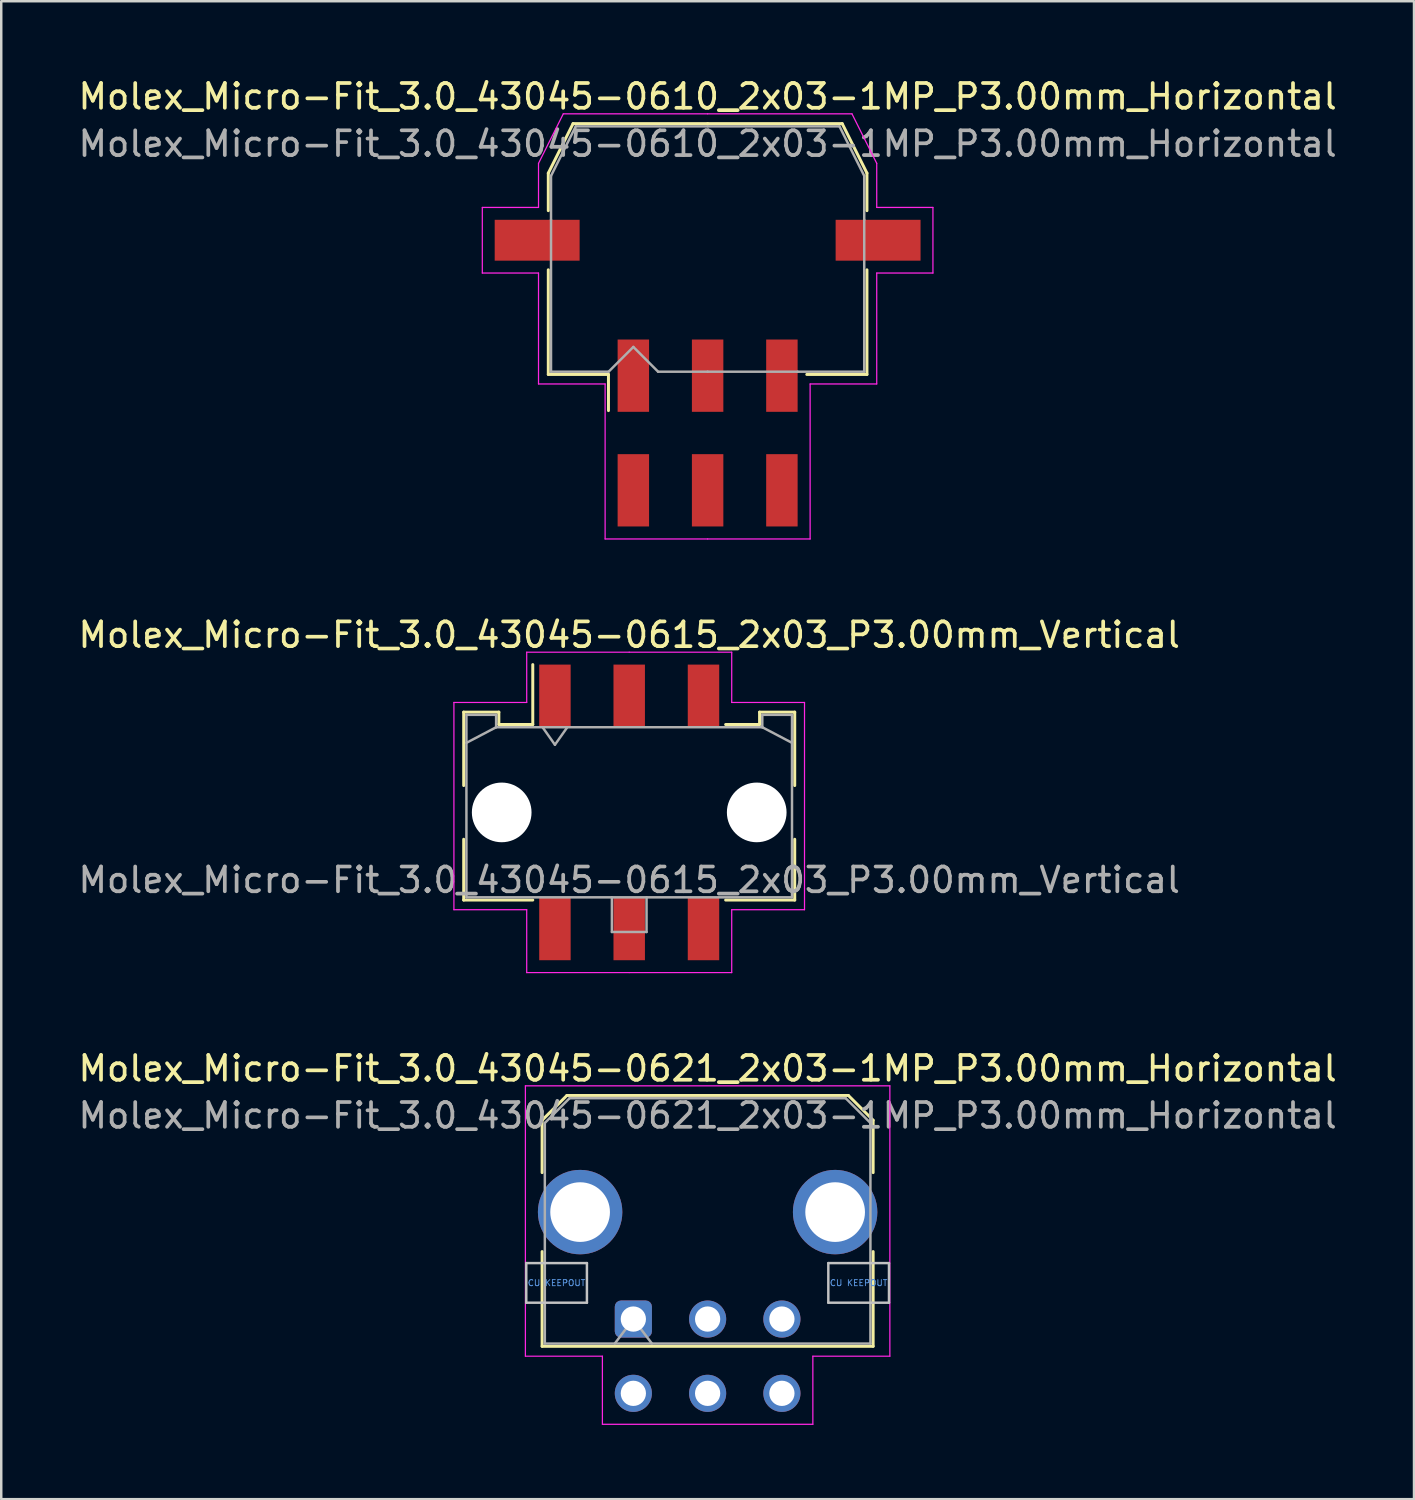
<source format=kicad_pcb>
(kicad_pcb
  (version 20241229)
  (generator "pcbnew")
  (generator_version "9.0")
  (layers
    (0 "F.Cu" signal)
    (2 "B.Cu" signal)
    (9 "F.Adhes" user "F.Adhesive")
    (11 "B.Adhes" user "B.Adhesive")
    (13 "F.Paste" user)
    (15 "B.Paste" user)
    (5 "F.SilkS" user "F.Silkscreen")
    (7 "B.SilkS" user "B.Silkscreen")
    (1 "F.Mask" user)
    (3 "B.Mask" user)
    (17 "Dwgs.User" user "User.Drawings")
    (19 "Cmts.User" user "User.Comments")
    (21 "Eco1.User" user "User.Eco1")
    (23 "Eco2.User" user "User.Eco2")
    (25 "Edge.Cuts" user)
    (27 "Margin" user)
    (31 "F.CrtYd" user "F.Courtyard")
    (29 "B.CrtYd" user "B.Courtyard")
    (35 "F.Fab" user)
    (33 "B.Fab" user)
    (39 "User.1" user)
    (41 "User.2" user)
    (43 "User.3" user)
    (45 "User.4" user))
  (footprint "Molex_Micro-Fit_3.0_43045-0615_2x03_P3.00mm_Vertical"
    (layer "F.Cu")
    (at 22.363 29.762)
    (property "Reference" "Molex_Micro-Fit_3.0_43045-0615_2x03_P3.00mm_Vertical" (at 0 -7.17 0) (layer "F.SilkS") (effects (font (size 1 1) (thickness 0.15))))
    (attr smd)
    (fp_line (start -6.685 -4.05) (end -5.265 -4.05) (stroke (width 0.12) (type solid)) (layer "F.SilkS"))
    (fp_line (start -6.685 -1.085) (end -6.685 -4.05) (stroke (width 0.12) (type solid)) (layer "F.SilkS"))
    (fp_line (start -6.685 1.085) (end -6.685 3.54) (stroke (width 0.12) (type solid)) (layer "F.SilkS"))
    (fp_line (start -6.685 3.54) (end -3.895 3.54) (stroke (width 0.12) (type solid)) (layer "F.SilkS"))
    (fp_line (start -5.265 -4.05) (end -5.265 -3.55) (stroke (width 0.12) (type solid)) (layer "F.SilkS"))
    (fp_line (start -5.265 -3.55) (end -3.895 -3.55) (stroke (width 0.12) (type solid)) (layer "F.SilkS"))
    (fp_line (start -3.895 -3.55) (end -3.895 -5.97) (stroke (width 0.12) (type solid)) (layer "F.SilkS"))
    (fp_line (start 5.265 -4.05) (end 5.265 -3.55) (stroke (width 0.12) (type solid)) (layer "F.SilkS"))
    (fp_line (start 5.265 -3.55) (end 3.895 -3.55) (stroke (width 0.12) (type solid)) (layer "F.SilkS"))
    (fp_line (start 6.685 -4.05) (end 5.265 -4.05) (stroke (width 0.12) (type solid)) (layer "F.SilkS"))
    (fp_line (start 6.685 -1.085) (end 6.685 -4.05) (stroke (width 0.12) (type solid)) (layer "F.SilkS"))
    (fp_line (start 6.685 1.085) (end 6.685 3.54) (stroke (width 0.12) (type solid)) (layer "F.SilkS"))
    (fp_line (start 6.685 3.54) (end 3.895 3.54) (stroke (width 0.12) (type solid)) (layer "F.SilkS"))
    (fp_line (start -7.08 -4.44) (end -7.08 3.93) (stroke (width 0.05) (type solid)) (layer "F.CrtYd"))
    (fp_line (start -7.08 3.93) (end -4.14 3.93) (stroke (width 0.05) (type solid)) (layer "F.CrtYd"))
    (fp_line (start -4.14 -6.47) (end -4.14 -4.44) (stroke (width 0.05) (type solid)) (layer "F.CrtYd"))
    (fp_line (start -4.14 -4.44) (end -7.08 -4.44) (stroke (width 0.05) (type solid)) (layer "F.CrtYd"))
    (fp_line (start -4.14 3.93) (end -4.14 6.47) (stroke (width 0.05) (type solid)) (layer "F.CrtYd"))
    (fp_line (start -4.14 6.47) (end 0 6.47) (stroke (width 0.05) (type solid)) (layer "F.CrtYd"))
    (fp_line (start 0 -6.47) (end -4.14 -6.47) (stroke (width 0.05) (type solid)) (layer "F.CrtYd"))
    (fp_line (start 0 -6.47) (end 4.14 -6.47) (stroke (width 0.05) (type solid)) (layer "F.CrtYd"))
    (fp_line (start 4.14 -6.47) (end 4.14 -4.44) (stroke (width 0.05) (type solid)) (layer "F.CrtYd"))
    (fp_line (start 4.14 -4.44) (end 7.08 -4.44) (stroke (width 0.05) (type solid)) (layer "F.CrtYd"))
    (fp_line (start 4.14 3.93) (end 4.14 6.47) (stroke (width 0.05) (type solid)) (layer "F.CrtYd"))
    (fp_line (start 4.14 6.47) (end 0 6.47) (stroke (width 0.05) (type solid)) (layer "F.CrtYd"))
    (fp_line (start 7.08 -4.44) (end 7.08 3.93) (stroke (width 0.05) (type solid)) (layer "F.CrtYd"))
    (fp_line (start 7.08 3.93) (end 4.14 3.93) (stroke (width 0.05) (type solid)) (layer "F.CrtYd"))
    (fp_line (start -6.575 -3.94) (end -6.575 3.43) (stroke (width 0.1) (type solid)) (layer "F.Fab"))
    (fp_line (start -6.575 -2.81) (end -5.375 -3.44) (stroke (width 0.1) (type solid)) (layer "F.Fab"))
    (fp_line (start -6.575 3.43) (end 6.575 3.43) (stroke (width 0.1) (type solid)) (layer "F.Fab"))
    (fp_line (start -5.375 -3.94) (end -6.575 -3.94) (stroke (width 0.1) (type solid)) (layer "F.Fab"))
    (fp_line (start -5.375 -3.44) (end -5.375 -3.94) (stroke (width 0.1) (type solid)) (layer "F.Fab"))
    (fp_line (start -3.5 -3.44) (end -3 -2.733) (stroke (width 0.1) (type solid)) (layer "F.Fab"))
    (fp_line (start -3 -2.733) (end -2.5 -3.44) (stroke (width 0.1) (type solid)) (layer "F.Fab"))
    (fp_line (start -0.7 3.43) (end -0.7 4.83) (stroke (width 0.1) (type solid)) (layer "F.Fab"))
    (fp_line (start -0.7 4.83) (end 0.7 4.83) (stroke (width 0.1) (type solid)) (layer "F.Fab"))
    (fp_line (start 0.7 4.83) (end 0.7 3.43) (stroke (width 0.1) (type solid)) (layer "F.Fab"))
    (fp_line (start 5.375 -3.94) (end 5.375 -3.44) (stroke (width 0.1) (type solid)) (layer "F.Fab"))
    (fp_line (start 5.375 -3.44) (end -5.375 -3.44) (stroke (width 0.1) (type solid)) (layer "F.Fab"))
    (fp_line (start 6.575 -3.94) (end 5.375 -3.94) (stroke (width 0.1) (type solid)) (layer "F.Fab"))
    (fp_line (start 6.575 -2.81) (end 5.375 -3.44) (stroke (width 0.1) (type solid)) (layer "F.Fab"))
    (fp_line (start 6.575 3.43) (end 6.575 -3.94) (stroke (width 0.1) (type solid)) (layer "F.Fab"))
    (fp_text user "${REFERENCE}" (at 0 2.73 0) (layer "F.Fab") (effects (font (size 1 1) (thickness 0.15))))
    (pad "" np_thru_hole circle (at -5.15 0) (size 2.41 2.41) (drill 2.41) (layers "*.Cu" "*.Mask"))
    (pad "" np_thru_hole circle (at 5.15 0) (size 2.41 2.41) (drill 2.41) (layers "*.Cu" "*.Mask"))
    (pad "1" smd rect (at -3 -4.7) (size 1.27 2.54) (layers "F.Cu" "F.Mask" "F.Paste"))
    (pad "2" smd rect (at 0 -4.7) (size 1.27 2.54) (layers "F.Cu" "F.Mask" "F.Paste"))
    (pad "3" smd rect (at 3 -4.7) (size 1.27 2.54) (layers "F.Cu" "F.Mask" "F.Paste"))
    (pad "4" smd rect (at -3 4.7) (size 1.27 2.54) (layers "F.Cu" "F.Mask" "F.Paste"))
    (pad "5" smd rect (at 0 4.7) (size 1.27 2.54) (layers "F.Cu" "F.Mask" "F.Paste"))
    (pad "6" smd rect (at 3 4.7) (size 1.27 2.54) (layers "F.Cu" "F.Mask" "F.Paste")))
  (footprint "Molex_Micro-Fit_3.0_43045-0621_2x03-1MP_P3.00mm_Horizontal"
    (layer "F.Cu")
    (at 22.53 50.225)
    (property "Reference" "Molex_Micro-Fit_3.0_43045-0621_2x03-1MP_P3.00mm_Horizontal" (at 3 -10.12 0) (layer "F.SilkS") (effects (font (size 1 1) (thickness 0.15))))
    (attr through_hole)
    (fp_line (start -3.685 -8.03) (end -2.685 -9.03) (stroke (width 0.12) (type solid)) (layer "F.SilkS"))
    (fp_line (start -3.685 -5.915) (end -3.685 -8.03) (stroke (width 0.12) (type solid)) (layer "F.SilkS"))
    (fp_line (start -3.685 -2.725) (end -3.685 1.1) (stroke (width 0.12) (type solid)) (layer "F.SilkS"))
    (fp_line (start -3.685 1.1) (end 9.685 1.1) (stroke (width 0.12) (type solid)) (layer "F.SilkS"))
    (fp_line (start -2.685 -9.03) (end 8.685 -9.03) (stroke (width 0.12) (type solid)) (layer "F.SilkS"))
    (fp_line (start 8.685 -9.03) (end 9.685 -8.03) (stroke (width 0.12) (type solid)) (layer "F.SilkS"))
    (fp_line (start 9.685 -8.03) (end 9.685 -5.915) (stroke (width 0.12) (type solid)) (layer "F.SilkS"))
    (fp_line (start 9.685 1.1) (end 9.685 -2.725) (stroke (width 0.12) (type solid)) (layer "F.SilkS"))
    (fp_line (start -4.325 -2.26) (end -4.325 -0.66) (stroke (width 0.1) (type solid)) (layer "Dwgs.User"))
    (fp_line (start -4.325 -0.66) (end -1.875 -0.66) (stroke (width 0.1) (type solid)) (layer "Dwgs.User"))
    (fp_line (start -1.875 -2.26) (end -4.325 -2.26) (stroke (width 0.1) (type solid)) (layer "Dwgs.User"))
    (fp_line (start -1.875 -0.66) (end -1.875 -2.26) (stroke (width 0.1) (type solid)) (layer "Dwgs.User"))
    (fp_line (start 7.875 -2.26) (end 7.875 -0.66) (stroke (width 0.1) (type solid)) (layer "Dwgs.User"))
    (fp_line (start 7.875 -0.66) (end 10.325 -0.66) (stroke (width 0.1) (type solid)) (layer "Dwgs.User"))
    (fp_line (start 10.325 -2.26) (end 7.875 -2.26) (stroke (width 0.1) (type solid)) (layer "Dwgs.User"))
    (fp_line (start 10.325 -0.66) (end 10.325 -2.26) (stroke (width 0.1) (type solid)) (layer "Dwgs.User"))
    (fp_line (start -4.36 -9.42) (end 10.36 -9.42) (stroke (width 0.05) (type solid)) (layer "F.CrtYd"))
    (fp_line (start -4.36 1.5) (end -4.36 -9.42) (stroke (width 0.05) (type solid)) (layer "F.CrtYd"))
    (fp_line (start -1.25 1.5) (end -4.36 1.5) (stroke (width 0.05) (type solid)) (layer "F.CrtYd"))
    (fp_line (start -1.25 4.25) (end -1.25 1.5) (stroke (width 0.05) (type solid)) (layer "F.CrtYd"))
    (fp_line (start 7.25 1.5) (end 7.25 4.25) (stroke (width 0.05) (type solid)) (layer "F.CrtYd"))
    (fp_line (start 7.25 4.25) (end -1.25 4.25) (stroke (width 0.05) (type solid)) (layer "F.CrtYd"))
    (fp_line (start 10.36 -9.42) (end 10.36 1.5) (stroke (width 0.05) (type solid)) (layer "F.CrtYd"))
    (fp_line (start 10.36 1.5) (end 7.25 1.5) (stroke (width 0.05) (type solid)) (layer "F.CrtYd"))
    (fp_line (start -3.575 -7.92) (end -2.575 -8.92) (stroke (width 0.1) (type solid)) (layer "F.Fab"))
    (fp_line (start -3.575 0.99) (end -3.575 -7.92) (stroke (width 0.1) (type solid)) (layer "F.Fab"))
    (fp_line (start -2.575 -8.92) (end 8.575 -8.92) (stroke (width 0.1) (type solid)) (layer "F.Fab"))
    (fp_line (start -0.75 0.99) (end 0 0) (stroke (width 0.1) (type solid)) (layer "F.Fab"))
    (fp_line (start 0 0) (end 0.75 0.99) (stroke (width 0.1) (type solid)) (layer "F.Fab"))
    (fp_line (start 8.575 -8.92) (end 9.575 -7.92) (stroke (width 0.1) (type solid)) (layer "F.Fab"))
    (fp_line (start 9.575 -7.92) (end 9.575 0.99) (stroke (width 0.1) (type solid)) (layer "F.Fab"))
    (fp_line (start 9.575 0.99) (end -3.575 0.99) (stroke (width 0.1) (type solid)) (layer "F.Fab"))
    (fp_text user "CU KEEPOUT" (at -3.1 -1.46 0) (layer "Cmts.User") (effects (font (size 0.245 0.245) (thickness 0.037))))
    (fp_text user "CU KEEPOUT" (at 9.1 -1.46 0) (layer "Cmts.User") (effects (font (size 0.245 0.245) (thickness 0.037))))
    (fp_text user "${REFERENCE}" (at 3 -8.22 0) (layer "F.Fab") (effects (font (size 1 1) (thickness 0.15))))
    (pad "1" thru_hole roundrect (at 0 0) (size 1.5 1.5) (drill 1.02) (layers "*.Cu" "*.Mask") (roundrect_rratio 0.167))
    (pad "2" thru_hole circle (at 3 0) (size 1.5 1.5) (drill 1.02) (layers "*.Cu" "*.Mask"))
    (pad "3" thru_hole circle (at 6 0) (size 1.5 1.5) (drill 1.02) (layers "*.Cu" "*.Mask"))
    (pad "4" thru_hole circle (at 0 3) (size 1.5 1.5) (drill 1.02) (layers "*.Cu" "*.Mask"))
    (pad "5" thru_hole circle (at 3 3) (size 1.5 1.5) (drill 1.02) (layers "*.Cu" "*.Mask"))
    (pad "6" thru_hole circle (at 6 3) (size 1.5 1.5) (drill 1.02) (layers "*.Cu" "*.Mask"))
    (pad "MP" thru_hole circle (at -2.15 -4.32) (size 3.41 3.41) (drill 2.41) (layers "*.Cu" "*.Mask"))
    (pad "MP" thru_hole circle (at 8.15 -4.32) (size 3.41 3.41) (drill 2.41) (layers "*.Cu" "*.Mask")))
  (footprint "Molex_Micro-Fit_3.0_43045-0610_2x03-1MP_P3.00mm_Horizontal"
    (layer "F.Cu")
    (at 25.53 14.438)
    (property "Reference" "Molex_Micro-Fit_3.0_43045-0610_2x03-1MP_P3.00mm_Horizontal" (at 0 -13.59 0) (layer "F.SilkS") (effects (font (size 1 1) (thickness 0.15))))
    (attr smd)
    (fp_line (start -6.435 -10.495) (end -6.435 -8.98) (stroke (width 0.12) (type solid)) (layer "F.SilkS"))
    (fp_line (start -6.435 -6.59) (end -6.435 -2.365) (stroke (width 0.12) (type solid)) (layer "F.SilkS"))
    (fp_line (start -6.435 -2.365) (end -4.005 -2.365) (stroke (width 0.12) (type solid)) (layer "F.SilkS"))
    (fp_line (start -5.435 -12.495) (end -6.435 -10.495) (stroke (width 0.12) (type solid)) (layer "F.SilkS"))
    (fp_line (start -4.005 -2.365) (end -4.005 -0.905) (stroke (width 0.12) (type solid)) (layer "F.SilkS"))
    (fp_line (start 0 -12.495) (end -5.435 -12.495) (stroke (width 0.12) (type solid)) (layer "F.SilkS"))
    (fp_line (start 0 -12.495) (end 5.435 -12.495) (stroke (width 0.12) (type solid)) (layer "F.SilkS"))
    (fp_line (start 5.435 -12.495) (end 6.435 -10.495) (stroke (width 0.12) (type solid)) (layer "F.SilkS"))
    (fp_line (start 6.435 -10.495) (end 6.435 -8.98) (stroke (width 0.12) (type solid)) (layer "F.SilkS"))
    (fp_line (start 6.435 -6.59) (end 6.435 -2.365) (stroke (width 0.12) (type solid)) (layer "F.SilkS"))
    (fp_line (start 6.435 -2.365) (end 4.005 -2.365) (stroke (width 0.12) (type solid)) (layer "F.SilkS"))
    (fp_line (start -9.1 -9.11) (end -9.1 -6.46) (stroke (width 0.05) (type solid)) (layer "F.CrtYd"))
    (fp_line (start -9.1 -6.46) (end -6.83 -6.46) (stroke (width 0.05) (type solid)) (layer "F.CrtYd"))
    (fp_line (start -6.83 -10.89) (end -6.83 -9.11) (stroke (width 0.05) (type solid)) (layer "F.CrtYd"))
    (fp_line (start -6.83 -9.11) (end -9.1 -9.11) (stroke (width 0.05) (type solid)) (layer "F.CrtYd"))
    (fp_line (start -6.83 -6.46) (end -6.83 -1.98) (stroke (width 0.05) (type solid)) (layer "F.CrtYd"))
    (fp_line (start -6.83 -1.98) (end -4.14 -1.98) (stroke (width 0.05) (type solid)) (layer "F.CrtYd"))
    (fp_line (start -5.83 -12.89) (end -6.83 -10.89) (stroke (width 0.05) (type solid)) (layer "F.CrtYd"))
    (fp_line (start -4.14 -1.98) (end -4.14 4.28) (stroke (width 0.05) (type solid)) (layer "F.CrtYd"))
    (fp_line (start -4.14 4.28) (end 0 4.28) (stroke (width 0.05) (type solid)) (layer "F.CrtYd"))
    (fp_line (start 0 -12.89) (end -5.83 -12.89) (stroke (width 0.05) (type solid)) (layer "F.CrtYd"))
    (fp_line (start 0 -12.89) (end 5.83 -12.89) (stroke (width 0.05) (type solid)) (layer "F.CrtYd"))
    (fp_line (start 4.14 -1.98) (end 4.14 4.28) (stroke (width 0.05) (type solid)) (layer "F.CrtYd"))
    (fp_line (start 4.14 4.28) (end 0 4.28) (stroke (width 0.05) (type solid)) (layer "F.CrtYd"))
    (fp_line (start 5.83 -12.89) (end 6.83 -10.89) (stroke (width 0.05) (type solid)) (layer "F.CrtYd"))
    (fp_line (start 6.83 -10.89) (end 6.83 -9.11) (stroke (width 0.05) (type solid)) (layer "F.CrtYd"))
    (fp_line (start 6.83 -9.11) (end 9.1 -9.11) (stroke (width 0.05) (type solid)) (layer "F.CrtYd"))
    (fp_line (start 6.83 -6.46) (end 6.83 -1.98) (stroke (width 0.05) (type solid)) (layer "F.CrtYd"))
    (fp_line (start 6.83 -1.98) (end 4.14 -1.98) (stroke (width 0.05) (type solid)) (layer "F.CrtYd"))
    (fp_line (start 9.1 -9.11) (end 9.1 -6.46) (stroke (width 0.05) (type solid)) (layer "F.CrtYd"))
    (fp_line (start 9.1 -6.46) (end 6.83 -6.46) (stroke (width 0.05) (type solid)) (layer "F.CrtYd"))
    (fp_line (start -6.325 -10.385) (end -6.325 -8.61) (stroke (width 0.1) (type solid)) (layer "F.Fab"))
    (fp_line (start -6.325 -8.61) (end -6.325 -2.475) (stroke (width 0.1) (type solid)) (layer "F.Fab"))
    (fp_line (start -6.325 -2.475) (end -4 -2.475) (stroke (width 0.1) (type solid)) (layer "F.Fab"))
    (fp_line (start -5.325 -12.385) (end -6.325 -10.385) (stroke (width 0.1) (type solid)) (layer "F.Fab"))
    (fp_line (start -4 -2.475) (end -3 -3.475) (stroke (width 0.1) (type solid)) (layer "F.Fab"))
    (fp_line (start -3 -3.475) (end -2 -2.475) (stroke (width 0.1) (type solid)) (layer "F.Fab"))
    (fp_line (start -2 -2.475) (end 0 -2.475) (stroke (width 0.1) (type solid)) (layer "F.Fab"))
    (fp_line (start 0 -12.385) (end -5.325 -12.385) (stroke (width 0.1) (type solid)) (layer "F.Fab"))
    (fp_line (start 0 -12.385) (end 5.325 -12.385) (stroke (width 0.1) (type solid)) (layer "F.Fab"))
    (fp_line (start 3.635 -2.475) (end 0 -2.475) (stroke (width 0.1) (type solid)) (layer "F.Fab"))
    (fp_line (start 5.325 -12.385) (end 6.325 -10.385) (stroke (width 0.1) (type solid)) (layer "F.Fab"))
    (fp_line (start 6.325 -10.385) (end 6.325 -8.61) (stroke (width 0.1) (type solid)) (layer "F.Fab"))
    (fp_line (start 6.325 -8.61) (end 6.325 -2.475) (stroke (width 0.1) (type solid)) (layer "F.Fab"))
    (fp_line (start 6.325 -2.475) (end 3.635 -2.475) (stroke (width 0.1) (type solid)) (layer "F.Fab"))
    (fp_text user "${REFERENCE}" (at 0 -11.68 0) (layer "F.Fab") (effects (font (size 1 1) (thickness 0.15))))
    (pad "1" smd rect (at -3 -2.315) (size 1.27 2.92) (layers "F.Cu" "F.Mask" "F.Paste"))
    (pad "2" smd rect (at 0 -2.315) (size 1.27 2.92) (layers "F.Cu" "F.Mask" "F.Paste"))
    (pad "3" smd rect (at 3 -2.315) (size 1.27 2.92) (layers "F.Cu" "F.Mask" "F.Paste"))
    (pad "4" smd rect (at -3 2.315) (size 1.27 2.92) (layers "F.Cu" "F.Mask" "F.Paste"))
    (pad "5" smd rect (at 0 2.315) (size 1.27 2.92) (layers "F.Cu" "F.Mask" "F.Paste"))
    (pad "6" smd rect (at 3 2.315) (size 1.27 2.92) (layers "F.Cu" "F.Mask" "F.Paste"))
    (pad "MP" smd rect (at -6.885 -7.785) (size 3.43 1.65) (layers "F.Cu" "F.Mask" "F.Paste"))
    (pad "MP" smd rect (at 6.885 -7.785) (size 3.43 1.65) (layers "F.Cu" "F.Mask" "F.Paste")))
  (gr_rect
    (start -3 -3)
    (end 54.06 57.5)
    (stroke (width 0.1) (type default))
    (fill no)
    (layer "Edge.Cuts")))
</source>
